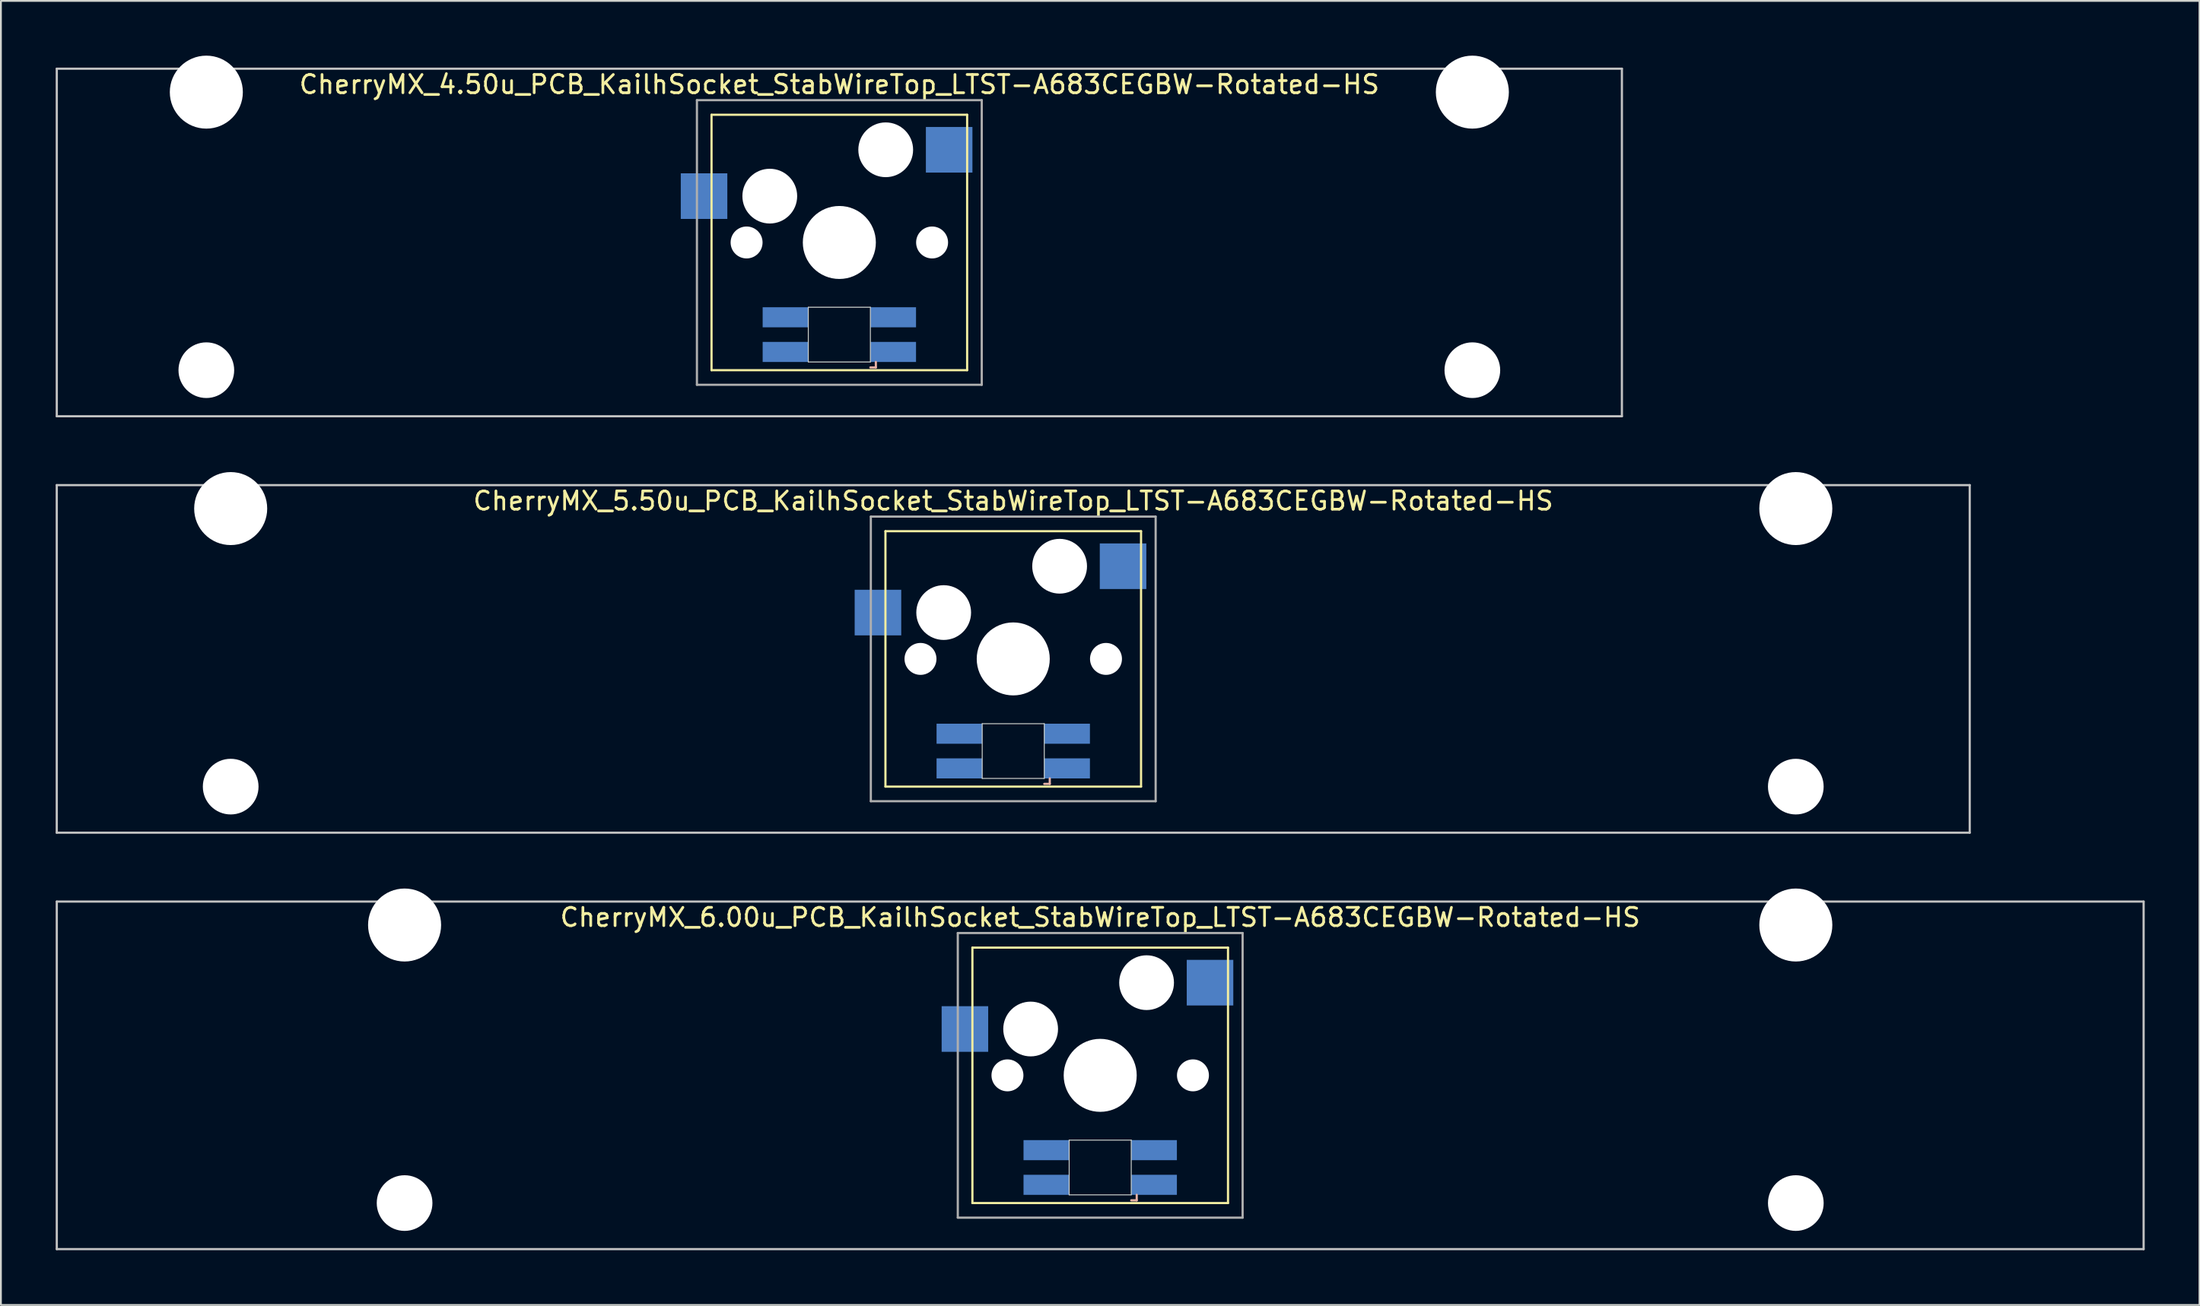
<source format=kicad_pcb>
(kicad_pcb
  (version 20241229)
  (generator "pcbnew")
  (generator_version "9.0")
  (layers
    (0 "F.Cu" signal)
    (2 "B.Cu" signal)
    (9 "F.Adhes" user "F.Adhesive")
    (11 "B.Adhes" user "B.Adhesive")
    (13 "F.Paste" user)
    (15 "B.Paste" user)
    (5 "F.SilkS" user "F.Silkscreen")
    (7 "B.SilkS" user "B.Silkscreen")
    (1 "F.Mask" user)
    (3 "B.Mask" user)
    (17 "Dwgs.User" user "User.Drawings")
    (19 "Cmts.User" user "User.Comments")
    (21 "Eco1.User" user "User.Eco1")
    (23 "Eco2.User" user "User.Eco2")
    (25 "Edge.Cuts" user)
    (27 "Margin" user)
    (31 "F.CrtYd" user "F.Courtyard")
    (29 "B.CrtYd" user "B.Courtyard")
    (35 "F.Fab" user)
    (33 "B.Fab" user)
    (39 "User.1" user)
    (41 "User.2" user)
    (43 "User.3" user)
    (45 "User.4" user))
  (footprint "CherryMX_4.50u_PCB_KailhSocket_StabWireTop_LTST-A683CEGBW-Rotated-HS"
    (layer "F.Cu")
    (at 42.922 10.24)
    (property "Reference" "CherryMX_4.50u_PCB_KailhSocket_StabWireTop_LTST-A683CEGBW-Rotated-HS" (at 0 -8.662 0) (layer "F.SilkS") (effects (font (size 1 1) (thickness 0.15))))
    (attr through_hole)
    (fp_line (start -7 -7) (end -7 7) (stroke (width 0.12) (type solid)) (layer "F.SilkS"))
    (fp_line (start -7 -7) (end 7 -7) (stroke (width 0.12) (type solid)) (layer "F.SilkS"))
    (fp_line (start 7 -7) (end 7 7) (stroke (width 0.12) (type solid)) (layer "F.SilkS"))
    (fp_line (start 7 7) (end -7 7) (stroke (width 0.12) (type solid)) (layer "F.SilkS"))
    (fp_line (start 1.7 6.85) (end 2 6.85) (stroke (width 0.12) (type solid)) (layer "B.SilkS"))
    (fp_line (start 2 6.85) (end 2 6.55) (stroke (width 0.12) (type solid)) (layer "B.SilkS"))
    (fp_line (start -42.862 -9.525) (end 42.862 -9.525) (stroke (width 0.12) (type solid)) (layer "Dwgs.User"))
    (fp_line (start -42.862 9.525) (end -42.862 -9.525) (stroke (width 0.12) (type solid)) (layer "Dwgs.User"))
    (fp_line (start 42.862 -9.525) (end 42.862 9.525) (stroke (width 0.12) (type solid)) (layer "Dwgs.User"))
    (fp_line (start 42.862 9.525) (end -42.862 9.525) (stroke (width 0.12) (type solid)) (layer "Dwgs.User"))
    (fp_line (start -1.7 3.55) (end 1.7 3.55) (stroke (width 0.05) (type solid)) (layer "Edge.Cuts"))
    (fp_line (start -1.7 6.55) (end -1.7 3.55) (stroke (width 0.05) (type solid)) (layer "Edge.Cuts"))
    (fp_line (start 1.7 3.55) (end 1.7 6.55) (stroke (width 0.05) (type solid)) (layer "Edge.Cuts"))
    (fp_line (start 1.7 6.55) (end -1.7 6.55) (stroke (width 0.05) (type solid)) (layer "Edge.Cuts"))
    (fp_line (start -7.8 -7.8) (end -7.8 7.8) (stroke (width 0.12) (type solid)) (layer "F.Fab"))
    (fp_line (start -7.8 -7.8) (end 7.8 -7.8) (stroke (width 0.12) (type solid)) (layer "F.Fab"))
    (fp_line (start -7.8 7.8) (end 7.8 7.8) (stroke (width 0.12) (type solid)) (layer "F.Fab"))
    (fp_line (start 7.8 -7.8) (end 7.8 7.8) (stroke (width 0.12) (type solid)) (layer "F.Fab"))
    (pad "" np_thru_hole circle (at -34.671 -8.24) (size 4 4) (drill 4) (layers "*.Cu" "*.Mask"))
    (pad "" np_thru_hole circle (at -34.671 7) (size 3.05 3.05) (drill 3.05) (layers "*.Cu" "*.Mask"))
    (pad "" np_thru_hole circle (at -5.08 0) (size 1.75 1.75) (drill 1.75) (layers "*.Cu" "*.Mask"))
    (pad "" np_thru_hole circle (at -3.81 -2.54) (size 3 3) (drill 3) (layers "*.Cu" "*.Mask"))
    (pad "" np_thru_hole circle (at 0 0) (size 4 4) (drill 4) (layers "*.Cu" "*.Mask"))
    (pad "" np_thru_hole circle (at 2.54 -5.08) (size 3 3) (drill 3) (layers "*.Cu" "*.Mask"))
    (pad "" np_thru_hole circle (at 5.08 0) (size 1.75 1.75) (drill 1.75) (layers "*.Cu" "*.Mask"))
    (pad "" np_thru_hole circle (at 34.671 -8.24) (size 4 4) (drill 4) (layers "*.Cu" "*.Mask"))
    (pad "" np_thru_hole circle (at 34.671 7) (size 3.05 3.05) (drill 3.05) (layers "*.Cu" "*.Mask"))
    (pad "1" smd rect (at -7.41 -2.54) (size 2.55 2.5) (layers "B.Cu" "B.Mask" "B.Paste"))
    (pad "2" smd rect (at 6.015 -5.08) (size 2.55 2.5) (layers "B.Cu" "B.Mask" "B.Paste"))
    (pad "3" smd rect (at 2.95 6) (size 2.5 1.1) (layers "B.Cu" "B.Mask" "B.Paste"))
    (pad "4" smd rect (at 2.95 4.1) (size 2.5 1.1) (layers "B.Cu" "B.Mask" "B.Paste"))
    (pad "5" smd rect (at -2.95 6) (size 2.5 1.1) (layers "B.Cu" "B.Mask" "B.Paste"))
    (pad "6" smd rect (at -2.95 4.1) (size 2.5 1.1) (layers "B.Cu" "B.Mask" "B.Paste")))
  (footprint "CherryMX_6.00u_PCB_KailhSocket_StabWireTop_LTST-A683CEGBW-Rotated-HS"
    (layer "F.Cu")
    (at 57.21 55.89)
    (property "Reference" "CherryMX_6.00u_PCB_KailhSocket_StabWireTop_LTST-A683CEGBW-Rotated-HS" (at 0 -8.662 0) (layer "F.SilkS") (effects (font (size 1 1) (thickness 0.15))))
    (attr through_hole)
    (fp_line (start -7 -7) (end -7 7) (stroke (width 0.12) (type solid)) (layer "F.SilkS"))
    (fp_line (start -7 -7) (end 7 -7) (stroke (width 0.12) (type solid)) (layer "F.SilkS"))
    (fp_line (start 7 -7) (end 7 7) (stroke (width 0.12) (type solid)) (layer "F.SilkS"))
    (fp_line (start 7 7) (end -7 7) (stroke (width 0.12) (type solid)) (layer "F.SilkS"))
    (fp_line (start 1.7 6.85) (end 2 6.85) (stroke (width 0.12) (type solid)) (layer "B.SilkS"))
    (fp_line (start 2 6.85) (end 2 6.55) (stroke (width 0.12) (type solid)) (layer "B.SilkS"))
    (fp_line (start -57.15 -9.525) (end 57.15 -9.525) (stroke (width 0.12) (type solid)) (layer "Dwgs.User"))
    (fp_line (start -57.15 9.525) (end -57.15 -9.525) (stroke (width 0.12) (type solid)) (layer "Dwgs.User"))
    (fp_line (start 57.15 -9.525) (end 57.15 9.525) (stroke (width 0.12) (type solid)) (layer "Dwgs.User"))
    (fp_line (start 57.15 9.525) (end -57.15 9.525) (stroke (width 0.12) (type solid)) (layer "Dwgs.User"))
    (fp_line (start -1.7 3.55) (end 1.7 3.55) (stroke (width 0.05) (type solid)) (layer "Edge.Cuts"))
    (fp_line (start -1.7 6.55) (end -1.7 3.55) (stroke (width 0.05) (type solid)) (layer "Edge.Cuts"))
    (fp_line (start 1.7 3.55) (end 1.7 6.55) (stroke (width 0.05) (type solid)) (layer "Edge.Cuts"))
    (fp_line (start 1.7 6.55) (end -1.7 6.55) (stroke (width 0.05) (type solid)) (layer "Edge.Cuts"))
    (fp_line (start -7.8 -7.8) (end -7.8 7.8) (stroke (width 0.12) (type solid)) (layer "F.Fab"))
    (fp_line (start -7.8 -7.8) (end 7.8 -7.8) (stroke (width 0.12) (type solid)) (layer "F.Fab"))
    (fp_line (start -7.8 7.8) (end 7.8 7.8) (stroke (width 0.12) (type solid)) (layer "F.Fab"))
    (fp_line (start 7.8 -7.8) (end 7.8 7.8) (stroke (width 0.12) (type solid)) (layer "F.Fab"))
    (pad "" np_thru_hole circle (at -38.1 -8.24) (size 4 4) (drill 4) (layers "*.Cu" "*.Mask"))
    (pad "" np_thru_hole circle (at -38.1 7) (size 3.05 3.05) (drill 3.05) (layers "*.Cu" "*.Mask"))
    (pad "" np_thru_hole circle (at -5.08 0) (size 1.75 1.75) (drill 1.75) (layers "*.Cu" "*.Mask"))
    (pad "" np_thru_hole circle (at -3.81 -2.54) (size 3 3) (drill 3) (layers "*.Cu" "*.Mask"))
    (pad "" np_thru_hole circle (at 0 0) (size 4 4) (drill 4) (layers "*.Cu" "*.Mask"))
    (pad "" np_thru_hole circle (at 2.54 -5.08) (size 3 3) (drill 3) (layers "*.Cu" "*.Mask"))
    (pad "" np_thru_hole circle (at 5.08 0) (size 1.75 1.75) (drill 1.75) (layers "*.Cu" "*.Mask"))
    (pad "" np_thru_hole circle (at 38.1 -8.24) (size 4 4) (drill 4) (layers "*.Cu" "*.Mask"))
    (pad "" np_thru_hole circle (at 38.1 7) (size 3.05 3.05) (drill 3.05) (layers "*.Cu" "*.Mask"))
    (pad "1" smd rect (at -7.41 -2.54) (size 2.55 2.5) (layers "B.Cu" "B.Mask" "B.Paste"))
    (pad "2" smd rect (at 6.015 -5.08) (size 2.55 2.5) (layers "B.Cu" "B.Mask" "B.Paste"))
    (pad "3" smd rect (at 2.95 6) (size 2.5 1.1) (layers "B.Cu" "B.Mask" "B.Paste"))
    (pad "4" smd rect (at 2.95 4.1) (size 2.5 1.1) (layers "B.Cu" "B.Mask" "B.Paste"))
    (pad "5" smd rect (at -2.95 6) (size 2.5 1.1) (layers "B.Cu" "B.Mask" "B.Paste"))
    (pad "6" smd rect (at -2.95 4.1) (size 2.5 1.1) (layers "B.Cu" "B.Mask" "B.Paste")))
  (footprint "CherryMX_5.50u_PCB_KailhSocket_StabWireTop_LTST-A683CEGBW-Rotated-HS"
    (layer "F.Cu")
    (at 52.447 33.065)
    (property "Reference" "CherryMX_5.50u_PCB_KailhSocket_StabWireTop_LTST-A683CEGBW-Rotated-HS" (at 0 -8.662 0) (layer "F.SilkS") (effects (font (size 1 1) (thickness 0.15))))
    (attr through_hole)
    (fp_line (start -7 -7) (end -7 7) (stroke (width 0.12) (type solid)) (layer "F.SilkS"))
    (fp_line (start -7 -7) (end 7 -7) (stroke (width 0.12) (type solid)) (layer "F.SilkS"))
    (fp_line (start 7 -7) (end 7 7) (stroke (width 0.12) (type solid)) (layer "F.SilkS"))
    (fp_line (start 7 7) (end -7 7) (stroke (width 0.12) (type solid)) (layer "F.SilkS"))
    (fp_line (start 1.7 6.85) (end 2 6.85) (stroke (width 0.12) (type solid)) (layer "B.SilkS"))
    (fp_line (start 2 6.85) (end 2 6.55) (stroke (width 0.12) (type solid)) (layer "B.SilkS"))
    (fp_line (start -52.388 -9.525) (end 52.388 -9.525) (stroke (width 0.12) (type solid)) (layer "Dwgs.User"))
    (fp_line (start -52.388 9.525) (end -52.388 -9.525) (stroke (width 0.12) (type solid)) (layer "Dwgs.User"))
    (fp_line (start 52.388 -9.525) (end 52.388 9.525) (stroke (width 0.12) (type solid)) (layer "Dwgs.User"))
    (fp_line (start 52.388 9.525) (end -52.388 9.525) (stroke (width 0.12) (type solid)) (layer "Dwgs.User"))
    (fp_line (start -1.7 3.55) (end 1.7 3.55) (stroke (width 0.05) (type solid)) (layer "Edge.Cuts"))
    (fp_line (start -1.7 6.55) (end -1.7 3.55) (stroke (width 0.05) (type solid)) (layer "Edge.Cuts"))
    (fp_line (start 1.7 3.55) (end 1.7 6.55) (stroke (width 0.05) (type solid)) (layer "Edge.Cuts"))
    (fp_line (start 1.7 6.55) (end -1.7 6.55) (stroke (width 0.05) (type solid)) (layer "Edge.Cuts"))
    (fp_line (start -7.8 -7.8) (end -7.8 7.8) (stroke (width 0.12) (type solid)) (layer "F.Fab"))
    (fp_line (start -7.8 -7.8) (end 7.8 -7.8) (stroke (width 0.12) (type solid)) (layer "F.Fab"))
    (fp_line (start -7.8 7.8) (end 7.8 7.8) (stroke (width 0.12) (type solid)) (layer "F.Fab"))
    (fp_line (start 7.8 -7.8) (end 7.8 7.8) (stroke (width 0.12) (type solid)) (layer "F.Fab"))
    (pad "" np_thru_hole circle (at -42.862 -8.24) (size 4 4) (drill 4) (layers "*.Cu" "*.Mask"))
    (pad "" np_thru_hole circle (at -42.862 7) (size 3.05 3.05) (drill 3.05) (layers "*.Cu" "*.Mask"))
    (pad "" np_thru_hole circle (at -5.08 0) (size 1.75 1.75) (drill 1.75) (layers "*.Cu" "*.Mask"))
    (pad "" np_thru_hole circle (at -3.81 -2.54) (size 3 3) (drill 3) (layers "*.Cu" "*.Mask"))
    (pad "" np_thru_hole circle (at 0 0) (size 4 4) (drill 4) (layers "*.Cu" "*.Mask"))
    (pad "" np_thru_hole circle (at 2.54 -5.08) (size 3 3) (drill 3) (layers "*.Cu" "*.Mask"))
    (pad "" np_thru_hole circle (at 5.08 0) (size 1.75 1.75) (drill 1.75) (layers "*.Cu" "*.Mask"))
    (pad "" np_thru_hole circle (at 42.862 -8.24) (size 4 4) (drill 4) (layers "*.Cu" "*.Mask"))
    (pad "" np_thru_hole circle (at 42.862 7) (size 3.05 3.05) (drill 3.05) (layers "*.Cu" "*.Mask"))
    (pad "1" smd rect (at -7.41 -2.54) (size 2.55 2.5) (layers "B.Cu" "B.Mask" "B.Paste"))
    (pad "2" smd rect (at 6.015 -5.08) (size 2.55 2.5) (layers "B.Cu" "B.Mask" "B.Paste"))
    (pad "3" smd rect (at 2.95 6) (size 2.5 1.1) (layers "B.Cu" "B.Mask" "B.Paste"))
    (pad "4" smd rect (at 2.95 4.1) (size 2.5 1.1) (layers "B.Cu" "B.Mask" "B.Paste"))
    (pad "5" smd rect (at -2.95 6) (size 2.5 1.1) (layers "B.Cu" "B.Mask" "B.Paste"))
    (pad "6" smd rect (at -2.95 4.1) (size 2.5 1.1) (layers "B.Cu" "B.Mask" "B.Paste")))
  (gr_rect
    (start -3 -3)
    (end 117.42 68.475)
    (stroke (width 0.1) (type default))
    (fill no)
    (layer "Edge.Cuts")))
</source>
